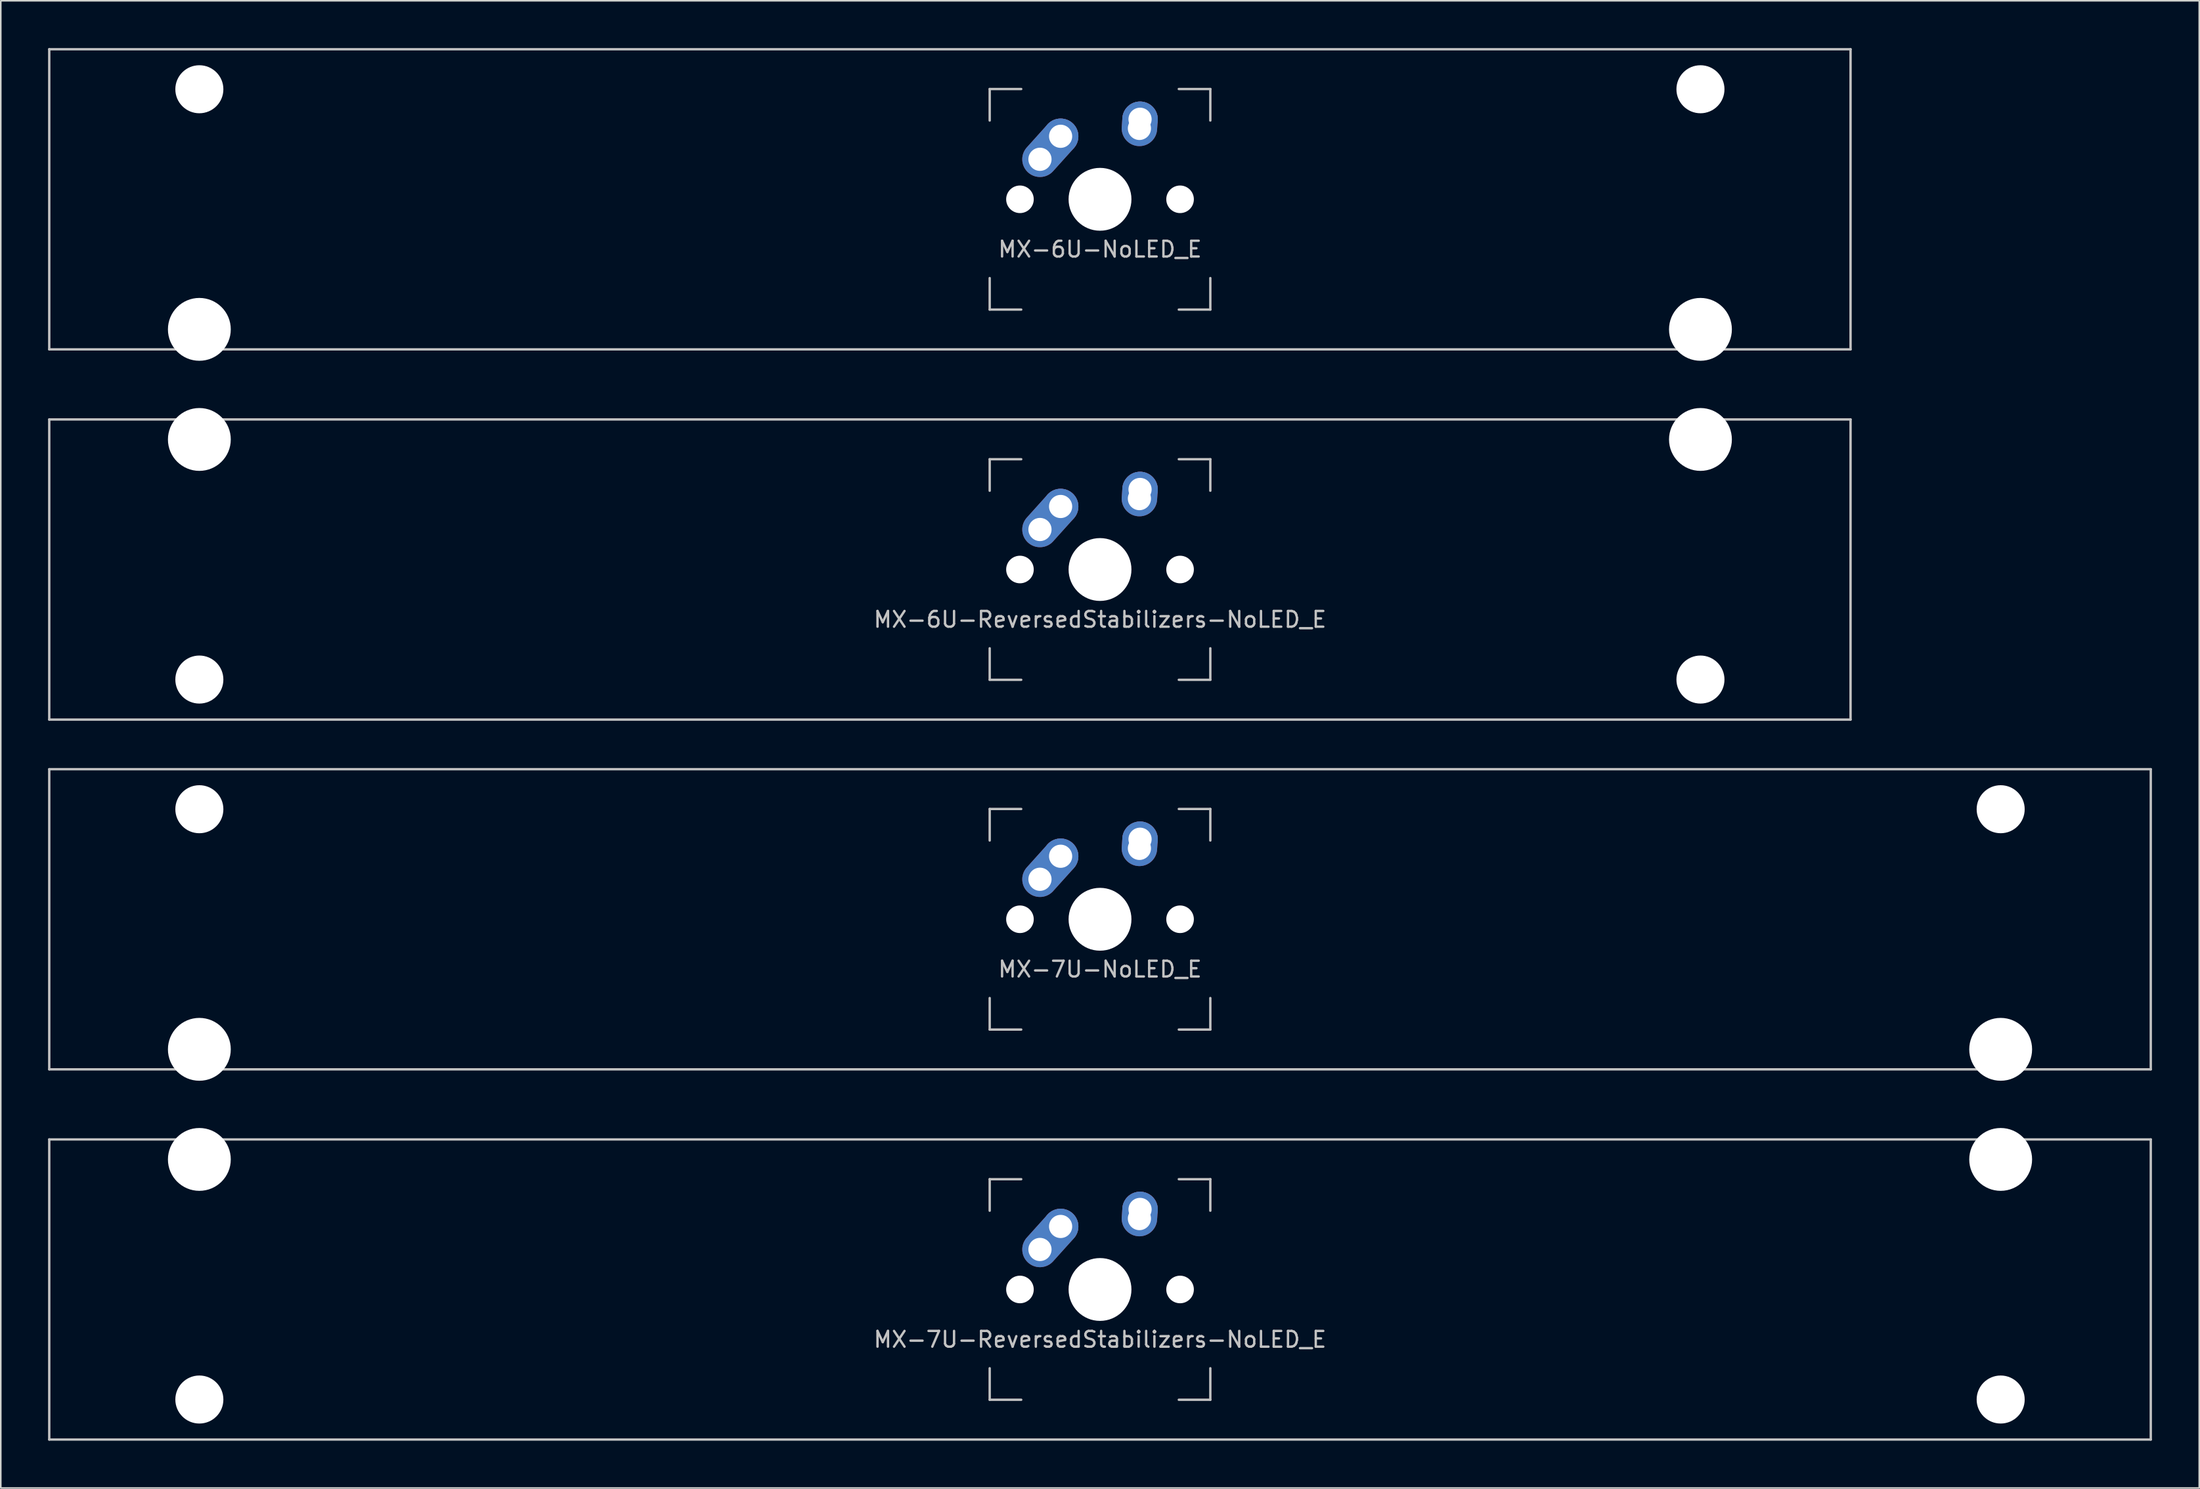
<source format=kicad_pcb>
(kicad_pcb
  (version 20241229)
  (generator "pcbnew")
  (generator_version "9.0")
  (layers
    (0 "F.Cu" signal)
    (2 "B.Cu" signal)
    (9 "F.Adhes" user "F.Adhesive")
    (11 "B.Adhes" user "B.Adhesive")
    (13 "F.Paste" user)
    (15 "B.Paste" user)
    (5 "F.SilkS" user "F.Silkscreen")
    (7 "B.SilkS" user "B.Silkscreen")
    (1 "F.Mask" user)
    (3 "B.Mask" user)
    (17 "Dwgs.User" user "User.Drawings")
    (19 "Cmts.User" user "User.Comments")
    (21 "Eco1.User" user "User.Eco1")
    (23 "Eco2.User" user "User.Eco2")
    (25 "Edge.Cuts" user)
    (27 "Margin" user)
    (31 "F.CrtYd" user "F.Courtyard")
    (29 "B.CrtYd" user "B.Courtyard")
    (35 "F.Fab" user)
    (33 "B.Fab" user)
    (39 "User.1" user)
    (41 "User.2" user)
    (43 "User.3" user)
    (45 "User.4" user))
  (footprint "MX-6U-ReversedStabilizers-NoLED_E"
    (layer "F.Cu")
    (at 57.225 33.098)
    (property "Reference" "MX-6U-ReversedStabilizers-NoLED_E" (at 9.525 3.175 0) (layer "Dwgs.User") (effects (font (size 1 1) (thickness 0.15))))
    (attr through_hole)
    (fp_line (start -57.15 -9.525) (end 57.15 -9.525) (stroke (width 0.15) (type solid)) (layer "Dwgs.User"))
    (fp_line (start -57.15 9.525) (end -57.15 -9.525) (stroke (width 0.15) (type solid)) (layer "Dwgs.User"))
    (fp_line (start -57.15 9.525) (end 57.15 9.525) (stroke (width 0.15) (type solid)) (layer "Dwgs.User"))
    (fp_line (start 2.525 -7) (end 2.525 -5) (stroke (width 0.15) (type solid)) (layer "Dwgs.User"))
    (fp_line (start 2.525 5) (end 2.525 7) (stroke (width 0.15) (type solid)) (layer "Dwgs.User"))
    (fp_line (start 2.525 7) (end 4.525 7) (stroke (width 0.15) (type solid)) (layer "Dwgs.User"))
    (fp_line (start 4.525 -7) (end 2.525 -7) (stroke (width 0.15) (type solid)) (layer "Dwgs.User"))
    (fp_line (start 14.525 -7) (end 16.525 -7) (stroke (width 0.15) (type solid)) (layer "Dwgs.User"))
    (fp_line (start 14.525 7) (end 16.525 7) (stroke (width 0.15) (type solid)) (layer "Dwgs.User"))
    (fp_line (start 16.525 -7) (end 16.525 -5) (stroke (width 0.15) (type solid)) (layer "Dwgs.User"))
    (fp_line (start 16.525 7) (end 16.525 5) (stroke (width 0.15) (type solid)) (layer "Dwgs.User"))
    (fp_line (start 57.15 -9.525) (end 57.15 9.525) (stroke (width 0.15) (type solid)) (layer "Dwgs.User"))
    (pad "" np_thru_hole circle (at -47.625 -8.255) (size 3.988 3.988) (drill 3.988) (layers "*.Cu" "*.Mask"))
    (pad "" np_thru_hole circle (at -47.625 6.985) (size 3.048 3.048) (drill 3.048) (layers "*.Cu" "*.Mask"))
    (pad "" np_thru_hole circle (at 4.445 0 48.1) (size 1.75 1.75) (drill 1.75) (layers "*.Cu" "*.Mask"))
    (pad "" np_thru_hole circle (at 9.525 0) (size 3.988 3.988) (drill 3.988) (layers "*.Cu" "*.Mask"))
    (pad "" np_thru_hole circle (at 14.605 0 48.1) (size 1.75 1.75) (drill 1.75) (layers "*.Cu" "*.Mask"))
    (pad "" np_thru_hole circle (at 47.625 -8.255) (size 3.988 3.988) (drill 3.988) (layers "*.Cu" "*.Mask"))
    (pad "" np_thru_hole circle (at 47.625 6.985) (size 3.048 3.048) (drill 3.048) (layers "*.Cu" "*.Mask"))
    (pad "1" thru_hole oval (at 12.025 -4.5 86) (size 2.831 2.25) (drill 1.47 (offset 0.291 0)) (layers "*.Cu" "B.Mask"))
    (pad "1" thru_hole circle (at 12.065 -5.08) (size 2.25 2.25) (drill 1.47) (layers "*.Cu" "B.Mask"))
    (pad "2" thru_hole oval (at 5.715 -2.54 48) (size 4.212 2.25) (drill 1.47 (offset 0.981 0)) (layers "*.Cu" "B.Mask"))
    (pad "2" thru_hole circle (at 7.025 -4) (size 2.25 2.25) (drill 1.47) (layers "*.Cu" "B.Mask")))
  (footprint "MX-7U-ReversedStabilizers-NoLED_E"
    (layer "F.Cu")
    (at 66.75 78.796)
    (property "Reference" "MX-7U-ReversedStabilizers-NoLED_E" (at 0 3.175 0) (layer "Dwgs.User") (effects (font (size 1 1) (thickness 0.15))))
    (attr through_hole)
    (fp_line (start -66.675 -9.525) (end 66.675 -9.525) (stroke (width 0.15) (type solid)) (layer "Dwgs.User"))
    (fp_line (start -66.675 9.525) (end -66.675 -9.525) (stroke (width 0.15) (type solid)) (layer "Dwgs.User"))
    (fp_line (start -66.675 9.525) (end 66.675 9.525) (stroke (width 0.15) (type solid)) (layer "Dwgs.User"))
    (fp_line (start -7 -7) (end -7 -5) (stroke (width 0.15) (type solid)) (layer "Dwgs.User"))
    (fp_line (start -7 5) (end -7 7) (stroke (width 0.15) (type solid)) (layer "Dwgs.User"))
    (fp_line (start -7 7) (end -5 7) (stroke (width 0.15) (type solid)) (layer "Dwgs.User"))
    (fp_line (start -5 -7) (end -7 -7) (stroke (width 0.15) (type solid)) (layer "Dwgs.User"))
    (fp_line (start 5 -7) (end 7 -7) (stroke (width 0.15) (type solid)) (layer "Dwgs.User"))
    (fp_line (start 5 7) (end 7 7) (stroke (width 0.15) (type solid)) (layer "Dwgs.User"))
    (fp_line (start 7 -7) (end 7 -5) (stroke (width 0.15) (type solid)) (layer "Dwgs.User"))
    (fp_line (start 7 7) (end 7 5) (stroke (width 0.15) (type solid)) (layer "Dwgs.User"))
    (fp_line (start 66.675 -9.525) (end 66.675 9.525) (stroke (width 0.15) (type solid)) (layer "Dwgs.User"))
    (pad "" np_thru_hole circle (at -57.15 -8.255) (size 3.988 3.988) (drill 3.988) (layers "*.Cu" "*.Mask"))
    (pad "" np_thru_hole circle (at -57.15 6.985) (size 3.048 3.048) (drill 3.048) (layers "*.Cu" "*.Mask"))
    (pad "" np_thru_hole circle (at -5.08 0 48.1) (size 1.75 1.75) (drill 1.75) (layers "*.Cu" "*.Mask"))
    (pad "" np_thru_hole circle (at 0 0) (size 3.988 3.988) (drill 3.988) (layers "*.Cu" "*.Mask"))
    (pad "" np_thru_hole circle (at 5.08 0 48.1) (size 1.75 1.75) (drill 1.75) (layers "*.Cu" "*.Mask"))
    (pad "" np_thru_hole circle (at 57.15 -8.255) (size 3.988 3.988) (drill 3.988) (layers "*.Cu" "*.Mask"))
    (pad "" np_thru_hole circle (at 57.15 6.985) (size 3.048 3.048) (drill 3.048) (layers "*.Cu" "*.Mask"))
    (pad "1" thru_hole oval (at 2.5 -4.5 86) (size 2.831 2.25) (drill 1.47 (offset 0.291 0)) (layers "*.Cu" "B.Mask"))
    (pad "1" thru_hole circle (at 2.54 -5.08) (size 2.25 2.25) (drill 1.47) (layers "*.Cu" "B.Mask"))
    (pad "2" thru_hole oval (at -3.81 -2.54 48) (size 4.212 2.25) (drill 1.47 (offset 0.981 0)) (layers "*.Cu" "B.Mask"))
    (pad "2" thru_hole circle (at -2.5 -4) (size 2.25 2.25) (drill 1.47) (layers "*.Cu" "B.Mask")))
  (footprint "MX-7U-NoLED_E"
    (layer "F.Cu")
    (at 66.75 55.298)
    (property "Reference" "MX-7U-NoLED_E" (at 0 3.175 0) (layer "Dwgs.User") (effects (font (size 1 1) (thickness 0.15))))
    (attr through_hole)
    (fp_line (start -66.675 -9.525) (end 66.675 -9.525) (stroke (width 0.15) (type solid)) (layer "Dwgs.User"))
    (fp_line (start -66.675 9.525) (end -66.675 -9.525) (stroke (width 0.15) (type solid)) (layer "Dwgs.User"))
    (fp_line (start -66.675 9.525) (end 66.675 9.525) (stroke (width 0.15) (type solid)) (layer "Dwgs.User"))
    (fp_line (start -7 -7) (end -7 -5) (stroke (width 0.15) (type solid)) (layer "Dwgs.User"))
    (fp_line (start -7 5) (end -7 7) (stroke (width 0.15) (type solid)) (layer "Dwgs.User"))
    (fp_line (start -7 7) (end -5 7) (stroke (width 0.15) (type solid)) (layer "Dwgs.User"))
    (fp_line (start -5 -7) (end -7 -7) (stroke (width 0.15) (type solid)) (layer "Dwgs.User"))
    (fp_line (start 5 -7) (end 7 -7) (stroke (width 0.15) (type solid)) (layer "Dwgs.User"))
    (fp_line (start 5 7) (end 7 7) (stroke (width 0.15) (type solid)) (layer "Dwgs.User"))
    (fp_line (start 7 -7) (end 7 -5) (stroke (width 0.15) (type solid)) (layer "Dwgs.User"))
    (fp_line (start 7 7) (end 7 5) (stroke (width 0.15) (type solid)) (layer "Dwgs.User"))
    (fp_line (start 66.675 -9.525) (end 66.675 9.525) (stroke (width 0.15) (type solid)) (layer "Dwgs.User"))
    (pad "" np_thru_hole circle (at -57.15 -6.985) (size 3.048 3.048) (drill 3.048) (layers "*.Cu" "*.Mask"))
    (pad "" np_thru_hole circle (at -57.15 8.255) (size 3.988 3.988) (drill 3.988) (layers "*.Cu" "*.Mask"))
    (pad "" np_thru_hole circle (at -5.08 0 48.1) (size 1.75 1.75) (drill 1.75) (layers "*.Cu" "*.Mask"))
    (pad "" np_thru_hole circle (at 0 0) (size 3.988 3.988) (drill 3.988) (layers "*.Cu" "*.Mask"))
    (pad "" np_thru_hole circle (at 5.08 0 48.1) (size 1.75 1.75) (drill 1.75) (layers "*.Cu" "*.Mask"))
    (pad "" np_thru_hole circle (at 57.15 -6.985) (size 3.048 3.048) (drill 3.048) (layers "*.Cu" "*.Mask"))
    (pad "" np_thru_hole circle (at 57.15 8.255) (size 3.988 3.988) (drill 3.988) (layers "*.Cu" "*.Mask"))
    (pad "1" thru_hole oval (at 2.5 -4.5 86) (size 2.831 2.25) (drill 1.47 (offset 0.291 0)) (layers "*.Cu" "B.Mask"))
    (pad "1" thru_hole circle (at 2.54 -5.08) (size 2.25 2.25) (drill 1.47) (layers "*.Cu" "B.Mask"))
    (pad "2" thru_hole oval (at -3.81 -2.54 48) (size 4.212 2.25) (drill 1.47 (offset 0.981 0)) (layers "*.Cu" "B.Mask"))
    (pad "2" thru_hole circle (at -2.5 -4) (size 2.25 2.25) (drill 1.47) (layers "*.Cu" "B.Mask")))
  (footprint "MX-6U-NoLED_E"
    (layer "F.Cu")
    (at 57.225 9.6)
    (property "Reference" "MX-6U-NoLED_E" (at 9.525 3.175 0) (layer "Dwgs.User") (effects (font (size 1 1) (thickness 0.15))))
    (attr through_hole)
    (fp_line (start -57.15 -9.525) (end 57.15 -9.525) (stroke (width 0.15) (type solid)) (layer "Dwgs.User"))
    (fp_line (start -57.15 9.525) (end -57.15 -9.525) (stroke (width 0.15) (type solid)) (layer "Dwgs.User"))
    (fp_line (start -57.15 9.525) (end 57.15 9.525) (stroke (width 0.15) (type solid)) (layer "Dwgs.User"))
    (fp_line (start 2.525 -7) (end 2.525 -5) (stroke (width 0.15) (type solid)) (layer "Dwgs.User"))
    (fp_line (start 2.525 5) (end 2.525 7) (stroke (width 0.15) (type solid)) (layer "Dwgs.User"))
    (fp_line (start 2.525 7) (end 4.525 7) (stroke (width 0.15) (type solid)) (layer "Dwgs.User"))
    (fp_line (start 4.525 -7) (end 2.525 -7) (stroke (width 0.15) (type solid)) (layer "Dwgs.User"))
    (fp_line (start 14.525 -7) (end 16.525 -7) (stroke (width 0.15) (type solid)) (layer "Dwgs.User"))
    (fp_line (start 14.525 7) (end 16.525 7) (stroke (width 0.15) (type solid)) (layer "Dwgs.User"))
    (fp_line (start 16.525 -7) (end 16.525 -5) (stroke (width 0.15) (type solid)) (layer "Dwgs.User"))
    (fp_line (start 16.525 7) (end 16.525 5) (stroke (width 0.15) (type solid)) (layer "Dwgs.User"))
    (fp_line (start 57.15 -9.525) (end 57.15 9.525) (stroke (width 0.15) (type solid)) (layer "Dwgs.User"))
    (pad "" np_thru_hole circle (at -47.625 -6.985) (size 3.048 3.048) (drill 3.048) (layers "*.Cu" "*.Mask"))
    (pad "" np_thru_hole circle (at -47.625 8.255) (size 3.988 3.988) (drill 3.988) (layers "*.Cu" "*.Mask"))
    (pad "" np_thru_hole circle (at 4.445 0 48.1) (size 1.75 1.75) (drill 1.75) (layers "*.Cu" "*.Mask"))
    (pad "" np_thru_hole circle (at 9.525 0) (size 3.988 3.988) (drill 3.988) (layers "*.Cu" "*.Mask"))
    (pad "" np_thru_hole circle (at 14.605 0 48.1) (size 1.75 1.75) (drill 1.75) (layers "*.Cu" "*.Mask"))
    (pad "" np_thru_hole circle (at 47.625 -6.985) (size 3.048 3.048) (drill 3.048) (layers "*.Cu" "*.Mask"))
    (pad "" np_thru_hole circle (at 47.625 8.255) (size 3.988 3.988) (drill 3.988) (layers "*.Cu" "*.Mask"))
    (pad "1" thru_hole oval (at 12.025 -4.5 86) (size 2.831 2.25) (drill 1.47 (offset 0.291 0)) (layers "*.Cu" "B.Mask"))
    (pad "1" thru_hole circle (at 12.065 -5.08) (size 2.25 2.25) (drill 1.47) (layers "*.Cu" "B.Mask"))
    (pad "2" thru_hole oval (at 5.715 -2.54 48) (size 4.212 2.25) (drill 1.47 (offset 0.981 0)) (layers "*.Cu" "B.Mask"))
    (pad "2" thru_hole circle (at 7.025 -4) (size 2.25 2.25) (drill 1.47) (layers "*.Cu" "B.Mask")))
  (gr_rect
    (start -3 -3)
    (end 136.5 91.396)
    (stroke (width 0.1) (type default))
    (fill no)
    (layer "Edge.Cuts")))
</source>
